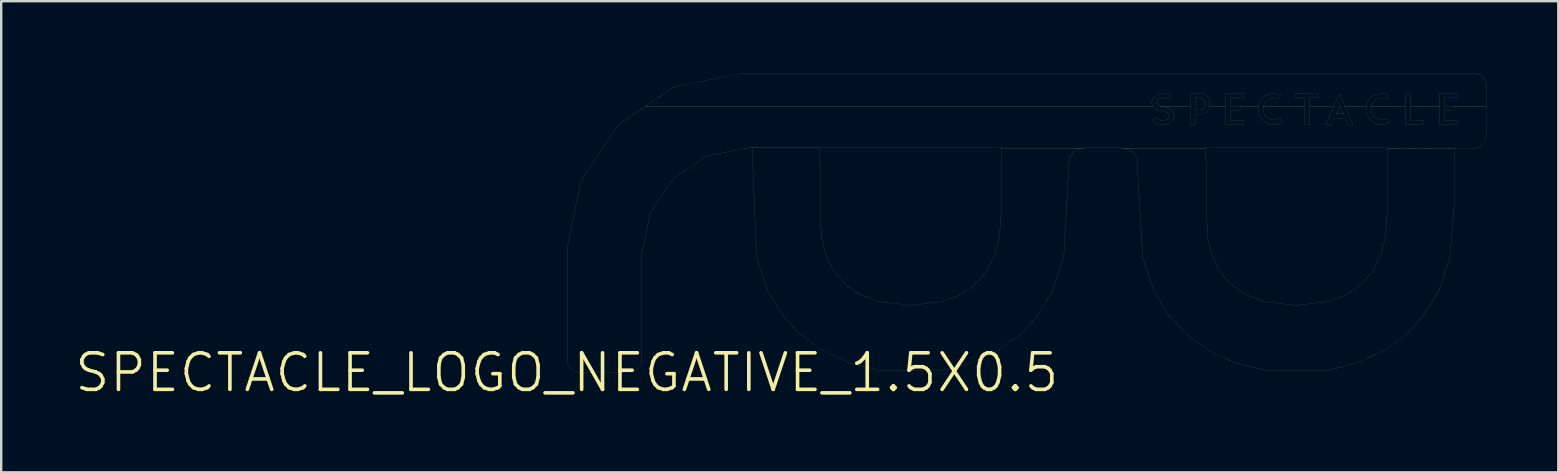
<source format=kicad_pcb>
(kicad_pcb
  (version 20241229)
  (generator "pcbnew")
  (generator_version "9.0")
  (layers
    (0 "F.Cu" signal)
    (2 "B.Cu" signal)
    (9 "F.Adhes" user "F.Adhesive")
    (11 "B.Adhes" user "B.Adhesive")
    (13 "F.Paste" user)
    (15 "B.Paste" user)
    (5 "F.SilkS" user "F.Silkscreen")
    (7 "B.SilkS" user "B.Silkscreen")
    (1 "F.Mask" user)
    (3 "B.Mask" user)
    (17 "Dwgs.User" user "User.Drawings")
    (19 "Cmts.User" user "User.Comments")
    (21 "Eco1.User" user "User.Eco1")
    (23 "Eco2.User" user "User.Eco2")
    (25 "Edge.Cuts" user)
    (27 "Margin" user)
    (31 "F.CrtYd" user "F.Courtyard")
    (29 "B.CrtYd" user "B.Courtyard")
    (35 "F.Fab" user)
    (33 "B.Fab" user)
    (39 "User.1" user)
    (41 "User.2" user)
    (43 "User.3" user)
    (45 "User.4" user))
  (footprint "SPECTACLE_LOGO_NEGATIVE_1.5X0.5"
    (layer "F.Cu")
    (at 20.574 12.48)
    (property "Reference" "SPECTACLE_LOGO_NEGATIVE_1.5X0.5" (at 0 0 0) (layer "F.SilkS") (effects (font (size 1.524 1.524) (thickness 0.15))))
    (attr exclude_from_pos_files exclude_from_bom)
    (fp_line (start 0.008 -5.169) (end 0.008 -0.528) (stroke (width 0.003) (type solid)) (layer "F.SilkS"))
    (fp_line (start 0.008 -0.528) (end 0.048 -0.328) (stroke (width 0.003) (type solid)) (layer "F.SilkS"))
    (fp_line (start 0.048 -0.328) (end 0.168 -0.168) (stroke (width 0.003) (type solid)) (layer "F.SilkS"))
    (fp_line (start 0.168 -0.168) (end 0.328 -0.048) (stroke (width 0.003) (type solid)) (layer "F.SilkS"))
    (fp_line (start 0.328 -0.048) (end 0.528 -0.008) (stroke (width 0.003) (type solid)) (layer "F.SilkS"))
    (fp_line (start 0.528 -0.008) (end 2.619 -0.008) (stroke (width 0.003) (type solid)) (layer "F.SilkS"))
    (fp_line (start 0.589 -8.009) (end 0.008 -5.169) (stroke (width 0.003) (type solid)) (layer "F.SilkS"))
    (fp_line (start 2.159 -10.338) (end 0.589 -8.009) (stroke (width 0.003) (type solid)) (layer "F.SilkS"))
    (fp_line (start 2.619 -0.008) (end 2.819 -0.048) (stroke (width 0.003) (type solid)) (layer "F.SilkS"))
    (fp_line (start 2.819 -0.048) (end 2.99 -0.168) (stroke (width 0.003) (type solid)) (layer "F.SilkS"))
    (fp_line (start 2.99 -0.168) (end 3.089 -0.328) (stroke (width 0.003) (type solid)) (layer "F.SilkS"))
    (fp_line (start 3.089 -0.328) (end 3.129 -0.528) (stroke (width 0.003) (type solid)) (layer "F.SilkS"))
    (fp_line (start 3.129 -4.968) (end 3.48 -6.678) (stroke (width 0.003) (type solid)) (layer "F.SilkS"))
    (fp_line (start 3.129 -0.528) (end 3.129 -4.968) (stroke (width 0.003) (type solid)) (layer "F.SilkS"))
    (fp_line (start 3.289 -11.11) (end 2.159 -10.338) (stroke (width 0.003) (type solid)) (layer "F.SilkS"))
    (fp_line (start 3.289 -11.11) (end 24.43 -11.11) (stroke (width 0.003) (type solid)) (layer "F.SilkS"))
    (fp_line (start 3.48 -6.678) (end 4.42 -8.08) (stroke (width 0.003) (type solid)) (layer "F.SilkS"))
    (fp_line (start 4.42 -8.08) (end 5.819 -9.02) (stroke (width 0.003) (type solid)) (layer "F.SilkS"))
    (fp_line (start 4.478 -11.908) (end 3.289 -11.11) (stroke (width 0.003) (type solid)) (layer "F.SilkS"))
    (fp_line (start 5.819 -9.02) (end 7.529 -9.368) (stroke (width 0.003) (type solid)) (layer "F.SilkS"))
    (fp_line (start 7.328 -12.479) (end 4.478 -11.908) (stroke (width 0.003) (type solid)) (layer "F.SilkS"))
    (fp_line (start 7.529 -9.368) (end 18.098 -9.368) (stroke (width 0.003) (type solid)) (layer "F.SilkS"))
    (fp_line (start 7.719 -9.368) (end 7.91 -4.808) (stroke (width 0.003) (type solid)) (layer "F.SilkS"))
    (fp_line (start 7.91 -4.808) (end 8.369 -3.409) (stroke (width 0.003) (type solid)) (layer "F.SilkS"))
    (fp_line (start 8.369 -3.409) (end 9.009 -2.37) (stroke (width 0.003) (type solid)) (layer "F.SilkS"))
    (fp_line (start 9.009 -2.37) (end 9.708 -1.618) (stroke (width 0.003) (type solid)) (layer "F.SilkS"))
    (fp_line (start 9.708 -1.618) (end 10.658 -0.919) (stroke (width 0.003) (type solid)) (layer "F.SilkS"))
    (fp_line (start 10.538 -9.368) (end 7.719 -9.368) (stroke (width 0.003) (type solid)) (layer "F.SilkS"))
    (fp_line (start 10.599 -5.669) (end 10.538 -9.368) (stroke (width 0.003) (type solid)) (layer "F.SilkS"))
    (fp_line (start 10.658 -0.919) (end 11.748 -0.409) (stroke (width 0.003) (type solid)) (layer "F.SilkS"))
    (fp_line (start 10.798 -4.889) (end 10.599 -5.669) (stroke (width 0.003) (type solid)) (layer "F.SilkS"))
    (fp_line (start 11.128 -4.229) (end 10.798 -4.889) (stroke (width 0.003) (type solid)) (layer "F.SilkS"))
    (fp_line (start 11.587 -3.678) (end 11.128 -4.229) (stroke (width 0.003) (type solid)) (layer "F.SilkS"))
    (fp_line (start 11.748 -0.409) (end 12.979 -0.109) (stroke (width 0.003) (type solid)) (layer "F.SilkS"))
    (fp_line (start 12.238 -3.239) (end 11.587 -3.678) (stroke (width 0.003) (type solid)) (layer "F.SilkS"))
    (fp_line (start 12.949 -2.969) (end 12.238 -3.239) (stroke (width 0.003) (type solid)) (layer "F.SilkS"))
    (fp_line (start 12.979 -0.109) (end 15.659 -0.109) (stroke (width 0.003) (type solid)) (layer "F.SilkS"))
    (fp_line (start 14.318 -2.799) (end 12.949 -2.969) (stroke (width 0.003) (type solid)) (layer "F.SilkS"))
    (fp_line (start 15.659 -2.969) (end 14.318 -2.799) (stroke (width 0.003) (type solid)) (layer "F.SilkS"))
    (fp_line (start 15.659 -0.109) (end 16.878 -0.409) (stroke (width 0.003) (type solid)) (layer "F.SilkS"))
    (fp_line (start 16.378 -3.239) (end 15.659 -2.969) (stroke (width 0.003) (type solid)) (layer "F.SilkS"))
    (fp_line (start 16.878 -0.409) (end 17.968 -0.919) (stroke (width 0.003) (type solid)) (layer "F.SilkS"))
    (fp_line (start 17.028 -3.678) (end 16.378 -3.239) (stroke (width 0.003) (type solid)) (layer "F.SilkS"))
    (fp_line (start 17.488 -4.229) (end 17.028 -3.678) (stroke (width 0.003) (type solid)) (layer "F.SilkS"))
    (fp_line (start 17.828 -4.889) (end 17.488 -4.229) (stroke (width 0.003) (type solid)) (layer "F.SilkS"))
    (fp_line (start 17.968 -0.919) (end 18.928 -1.618) (stroke (width 0.003) (type solid)) (layer "F.SilkS"))
    (fp_line (start 18.029 -5.669) (end 17.828 -4.889) (stroke (width 0.003) (type solid)) (layer "F.SilkS"))
    (fp_line (start 18.098 -9.368) (end 18.098 -9.36) (stroke (width 0.003) (type solid)) (layer "F.SilkS"))
    (fp_line (start 18.098 -9.36) (end 18.098 -6.579) (stroke (width 0.003) (type solid)) (layer "F.SilkS"))
    (fp_line (start 18.098 -9.36) (end 21.539 -9.36) (stroke (width 0.003) (type solid)) (layer "F.SilkS"))
    (fp_line (start 18.098 -6.579) (end 18.029 -5.669) (stroke (width 0.003) (type solid)) (layer "F.SilkS"))
    (fp_line (start 18.928 -1.618) (end 19.609 -2.37) (stroke (width 0.003) (type solid)) (layer "F.SilkS"))
    (fp_line (start 19.609 -2.37) (end 20.239 -3.409) (stroke (width 0.003) (type solid)) (layer "F.SilkS"))
    (fp_line (start 20.239 -3.409) (end 20.709 -4.808) (stroke (width 0.003) (type solid)) (layer "F.SilkS"))
    (fp_line (start 20.709 -4.808) (end 20.94 -8.948) (stroke (width 0.003) (type solid)) (layer "F.SilkS"))
    (fp_line (start 20.94 -8.948) (end 21.09 -9.169) (stroke (width 0.003) (type solid)) (layer "F.SilkS"))
    (fp_line (start 21.09 -9.169) (end 21.298 -9.309) (stroke (width 0.003) (type solid)) (layer "F.SilkS"))
    (fp_line (start 21.298 -9.309) (end 21.539 -9.36) (stroke (width 0.003) (type solid)) (layer "F.SilkS"))
    (fp_line (start 21.539 -9.36) (end 18.098 -9.36) (stroke (width 0.003) (type solid)) (layer "F.SilkS"))
    (fp_line (start 21.539 -9.36) (end 21.57 -9.368) (stroke (width 0.003) (type solid)) (layer "F.SilkS"))
    (fp_line (start 21.57 -9.368) (end 23.139 -9.368) (stroke (width 0.003) (type solid)) (layer "F.SilkS"))
    (fp_line (start 23.139 -9.368) (end 23.17 -9.36) (stroke (width 0.003) (type solid)) (layer "F.SilkS"))
    (fp_line (start 23.17 -9.36) (end 23.398 -9.309) (stroke (width 0.003) (type solid)) (layer "F.SilkS"))
    (fp_line (start 23.17 -9.36) (end 26.629 -9.36) (stroke (width 0.003) (type solid)) (layer "F.SilkS"))
    (fp_line (start 23.398 -9.309) (end 23.619 -9.169) (stroke (width 0.003) (type solid)) (layer "F.SilkS"))
    (fp_line (start 23.619 -9.169) (end 23.759 -8.948) (stroke (width 0.003) (type solid)) (layer "F.SilkS"))
    (fp_line (start 23.759 -8.948) (end 23.998 -4.808) (stroke (width 0.003) (type solid)) (layer "F.SilkS"))
    (fp_line (start 23.998 -4.808) (end 24.468 -3.409) (stroke (width 0.003) (type solid)) (layer "F.SilkS"))
    (fp_line (start 24.379 -11.288) (end 24.399 -11.349) (stroke (width 0.003) (type solid)) (layer "F.SilkS"))
    (fp_line (start 24.379 -11.239) (end 24.379 -11.288) (stroke (width 0.003) (type solid)) (layer "F.SilkS"))
    (fp_line (start 24.389 -11.189) (end 24.379 -11.239) (stroke (width 0.003) (type solid)) (layer "F.SilkS"))
    (fp_line (start 24.399 -11.349) (end 24.42 -11.4) (stroke (width 0.003) (type solid)) (layer "F.SilkS"))
    (fp_line (start 24.399 -10.498) (end 24.409 -10.518) (stroke (width 0.003) (type solid)) (layer "F.SilkS"))
    (fp_line (start 24.399 -10.488) (end 24.399 -10.498) (stroke (width 0.003) (type solid)) (layer "F.SilkS"))
    (fp_line (start 24.409 -11.128) (end 24.389 -11.189) (stroke (width 0.003) (type solid)) (layer "F.SilkS"))
    (fp_line (start 24.409 -10.518) (end 24.478 -10.61) (stroke (width 0.003) (type solid)) (layer "F.SilkS"))
    (fp_line (start 24.409 -10.477) (end 24.399 -10.488) (stroke (width 0.003) (type solid)) (layer "F.SilkS"))
    (fp_line (start 24.42 -11.4) (end 24.478 -11.488) (stroke (width 0.003) (type solid)) (layer "F.SilkS"))
    (fp_line (start 24.42 -10.46) (end 24.409 -10.477) (stroke (width 0.003) (type solid)) (layer "F.SilkS"))
    (fp_line (start 24.43 -11.11) (end 3.289 -11.11) (stroke (width 0.003) (type solid)) (layer "F.SilkS"))
    (fp_line (start 24.43 -11.11) (end 24.409 -11.128) (stroke (width 0.003) (type solid)) (layer "F.SilkS"))
    (fp_line (start 24.44 -11.09) (end 24.43 -11.11) (stroke (width 0.003) (type solid)) (layer "F.SilkS"))
    (fp_line (start 24.468 -3.409) (end 25.098 -2.37) (stroke (width 0.003) (type solid)) (layer "F.SilkS"))
    (fp_line (start 24.478 -11.488) (end 24.569 -11.56) (stroke (width 0.003) (type solid)) (layer "F.SilkS"))
    (fp_line (start 24.478 -11.039) (end 24.44 -11.09) (stroke (width 0.003) (type solid)) (layer "F.SilkS"))
    (fp_line (start 24.478 -10.61) (end 24.488 -10.62) (stroke (width 0.003) (type solid)) (layer "F.SilkS"))
    (fp_line (start 24.488 -10.62) (end 24.519 -10.62) (stroke (width 0.003) (type solid)) (layer "F.SilkS"))
    (fp_line (start 24.519 -10.62) (end 24.74 -10.518) (stroke (width 0.003) (type solid)) (layer "F.SilkS"))
    (fp_line (start 24.569 -11.56) (end 24.699 -11.618) (stroke (width 0.003) (type solid)) (layer "F.SilkS"))
    (fp_line (start 24.58 -11.278) (end 24.58 -11.229) (stroke (width 0.003) (type solid)) (layer "F.SilkS"))
    (fp_line (start 24.58 -11.229) (end 24.608 -11.179) (stroke (width 0.003) (type solid)) (layer "F.SilkS"))
    (fp_line (start 24.59 -10.958) (end 24.478 -11.039) (stroke (width 0.003) (type solid)) (layer "F.SilkS"))
    (fp_line (start 24.6 -11.328) (end 24.58 -11.278) (stroke (width 0.003) (type solid)) (layer "F.SilkS"))
    (fp_line (start 24.608 -11.179) (end 24.658 -11.128) (stroke (width 0.003) (type solid)) (layer "F.SilkS"))
    (fp_line (start 24.608 -10.368) (end 24.42 -10.46) (stroke (width 0.003) (type solid)) (layer "F.SilkS"))
    (fp_line (start 24.628 -11.369) (end 24.6 -11.328) (stroke (width 0.003) (type solid)) (layer "F.SilkS"))
    (fp_line (start 24.658 -11.128) (end 24.74 -11.11) (stroke (width 0.003) (type solid)) (layer "F.SilkS"))
    (fp_line (start 24.679 -11.41) (end 24.628 -11.369) (stroke (width 0.003) (type solid)) (layer "F.SilkS"))
    (fp_line (start 24.699 -11.618) (end 24.859 -11.628) (stroke (width 0.003) (type solid)) (layer "F.SilkS"))
    (fp_line (start 24.719 -11.43) (end 24.679 -11.41) (stroke (width 0.003) (type solid)) (layer "F.SilkS"))
    (fp_line (start 24.74 -11.11) (end 25.098 -11.019) (stroke (width 0.003) (type solid)) (layer "F.SilkS"))
    (fp_line (start 24.74 -11.11) (end 25.979 -11.11) (stroke (width 0.003) (type solid)) (layer "F.SilkS"))
    (fp_line (start 24.74 -10.518) (end 24.859 -10.508) (stroke (width 0.003) (type solid)) (layer "F.SilkS"))
    (fp_line (start 24.798 -10.328) (end 24.608 -10.368) (stroke (width 0.003) (type solid)) (layer "F.SilkS"))
    (fp_line (start 24.828 -11.458) (end 24.719 -11.43) (stroke (width 0.003) (type solid)) (layer "F.SilkS"))
    (fp_line (start 24.839 -10.328) (end 24.798 -10.328) (stroke (width 0.003) (type solid)) (layer "F.SilkS"))
    (fp_line (start 24.859 -11.628) (end 25.029 -11.608) (stroke (width 0.003) (type solid)) (layer "F.SilkS"))
    (fp_line (start 24.859 -10.508) (end 24.92 -10.518) (stroke (width 0.003) (type solid)) (layer "F.SilkS"))
    (fp_line (start 24.92 -10.518) (end 24.968 -10.538) (stroke (width 0.003) (type solid)) (layer "F.SilkS"))
    (fp_line (start 24.938 -11.448) (end 24.828 -11.458) (stroke (width 0.003) (type solid)) (layer "F.SilkS"))
    (fp_line (start 24.968 -10.538) (end 25.019 -10.559) (stroke (width 0.003) (type solid)) (layer "F.SilkS"))
    (fp_line (start 24.989 -10.338) (end 24.839 -10.328) (stroke (width 0.003) (type solid)) (layer "F.SilkS"))
    (fp_line (start 25.019 -10.848) (end 24.59 -10.958) (stroke (width 0.003) (type solid)) (layer "F.SilkS"))
    (fp_line (start 25.019 -10.559) (end 25.06 -10.599) (stroke (width 0.003) (type solid)) (layer "F.SilkS"))
    (fp_line (start 25.029 -11.608) (end 25.159 -11.57) (stroke (width 0.003) (type solid)) (layer "F.SilkS"))
    (fp_line (start 25.06 -10.599) (end 25.098 -10.638) (stroke (width 0.003) (type solid)) (layer "F.SilkS"))
    (fp_line (start 25.08 -10.798) (end 25.019 -10.848) (stroke (width 0.003) (type solid)) (layer "F.SilkS"))
    (fp_line (start 25.098 -11.4) (end 24.938 -11.448) (stroke (width 0.003) (type solid)) (layer "F.SilkS"))
    (fp_line (start 25.098 -11.019) (end 25.159 -10.978) (stroke (width 0.003) (type solid)) (layer "F.SilkS"))
    (fp_line (start 25.098 -10.638) (end 25.118 -10.698) (stroke (width 0.003) (type solid)) (layer "F.SilkS"))
    (fp_line (start 25.098 -2.37) (end 25.799 -1.618) (stroke (width 0.003) (type solid)) (layer "F.SilkS"))
    (fp_line (start 25.108 -10.749) (end 25.08 -10.798) (stroke (width 0.003) (type solid)) (layer "F.SilkS"))
    (fp_line (start 25.118 -11.4) (end 25.098 -11.4) (stroke (width 0.003) (type solid)) (layer "F.SilkS"))
    (fp_line (start 25.118 -10.698) (end 25.108 -10.749) (stroke (width 0.003) (type solid)) (layer "F.SilkS"))
    (fp_line (start 25.118 -10.399) (end 24.989 -10.338) (stroke (width 0.003) (type solid)) (layer "F.SilkS"))
    (fp_line (start 25.128 -11.41) (end 25.118 -11.4) (stroke (width 0.003) (type solid)) (layer "F.SilkS"))
    (fp_line (start 25.138 -11.42) (end 25.128 -11.41) (stroke (width 0.003) (type solid)) (layer "F.SilkS"))
    (fp_line (start 25.159 -11.57) (end 25.179 -11.549) (stroke (width 0.003) (type solid)) (layer "F.SilkS"))
    (fp_line (start 25.159 -10.978) (end 25.209 -10.94) (stroke (width 0.003) (type solid)) (layer "F.SilkS"))
    (fp_line (start 25.179 -11.549) (end 25.179 -11.509) (stroke (width 0.003) (type solid)) (layer "F.SilkS"))
    (fp_line (start 25.179 -11.509) (end 25.138 -11.42) (stroke (width 0.003) (type solid)) (layer "F.SilkS"))
    (fp_line (start 25.209 -10.94) (end 25.248 -10.899) (stroke (width 0.003) (type solid)) (layer "F.SilkS"))
    (fp_line (start 25.209 -10.477) (end 25.118 -10.399) (stroke (width 0.003) (type solid)) (layer "F.SilkS"))
    (fp_line (start 25.248 -10.899) (end 25.278 -10.848) (stroke (width 0.003) (type solid)) (layer "F.SilkS"))
    (fp_line (start 25.278 -10.848) (end 25.298 -10.798) (stroke (width 0.003) (type solid)) (layer "F.SilkS"))
    (fp_line (start 25.278 -10.579) (end 25.209 -10.477) (stroke (width 0.003) (type solid)) (layer "F.SilkS"))
    (fp_line (start 25.298 -10.798) (end 25.309 -10.739) (stroke (width 0.003) (type solid)) (layer "F.SilkS"))
    (fp_line (start 25.298 -10.63) (end 25.278 -10.579) (stroke (width 0.003) (type solid)) (layer "F.SilkS"))
    (fp_line (start 25.309 -10.739) (end 25.309 -10.678) (stroke (width 0.003) (type solid)) (layer "F.SilkS"))
    (fp_line (start 25.309 -10.678) (end 25.298 -10.63) (stroke (width 0.003) (type solid)) (layer "F.SilkS"))
    (fp_line (start 25.799 -1.618) (end 26.749 -0.919) (stroke (width 0.003) (type solid)) (layer "F.SilkS"))
    (fp_line (start 25.979 -11.608) (end 25.989 -11.628) (stroke (width 0.003) (type solid)) (layer "F.SilkS"))
    (fp_line (start 25.979 -11.11) (end 24.74 -11.11) (stroke (width 0.003) (type solid)) (layer "F.SilkS"))
    (fp_line (start 25.979 -11.11) (end 25.979 -11.608) (stroke (width 0.003) (type solid)) (layer "F.SilkS"))
    (fp_line (start 25.979 -10.348) (end 25.979 -11.11) (stroke (width 0.003) (type solid)) (layer "F.SilkS"))
    (fp_line (start 25.989 -11.628) (end 26.49 -11.628) (stroke (width 0.003) (type solid)) (layer "F.SilkS"))
    (fp_line (start 25.989 -10.338) (end 25.979 -10.348) (stroke (width 0.003) (type solid)) (layer "F.SilkS"))
    (fp_line (start 25.999 -10.328) (end 25.989 -10.338) (stroke (width 0.003) (type solid)) (layer "F.SilkS"))
    (fp_line (start 26.17 -10.338) (end 26.17 -10.328) (stroke (width 0.003) (type solid)) (layer "F.SilkS"))
    (fp_line (start 26.17 -10.328) (end 25.999 -10.328) (stroke (width 0.003) (type solid)) (layer "F.SilkS"))
    (fp_line (start 26.18 -10.348) (end 26.17 -10.338) (stroke (width 0.003) (type solid)) (layer "F.SilkS"))
    (fp_line (start 26.19 -11.448) (end 26.19 -10.95) (stroke (width 0.003) (type solid)) (layer "F.SilkS"))
    (fp_line (start 26.19 -10.95) (end 26.429 -10.958) (stroke (width 0.003) (type solid)) (layer "F.SilkS"))
    (fp_line (start 26.19 -10.77) (end 26.19 -10.358) (stroke (width 0.003) (type solid)) (layer "F.SilkS"))
    (fp_line (start 26.19 -10.358) (end 26.18 -10.348) (stroke (width 0.003) (type solid)) (layer "F.SilkS"))
    (fp_line (start 26.368 -11.448) (end 26.19 -11.448) (stroke (width 0.003) (type solid)) (layer "F.SilkS"))
    (fp_line (start 26.429 -11.448) (end 26.368 -11.448) (stroke (width 0.003) (type solid)) (layer "F.SilkS"))
    (fp_line (start 26.429 -10.958) (end 26.48 -10.968) (stroke (width 0.003) (type solid)) (layer "F.SilkS"))
    (fp_line (start 26.48 -11.43) (end 26.429 -11.448) (stroke (width 0.003) (type solid)) (layer "F.SilkS"))
    (fp_line (start 26.48 -10.968) (end 26.518 -10.988) (stroke (width 0.003) (type solid)) (layer "F.SilkS"))
    (fp_line (start 26.49 -11.628) (end 26.568 -11.587) (stroke (width 0.003) (type solid)) (layer "F.SilkS"))
    (fp_line (start 26.49 -10.78) (end 26.19 -10.77) (stroke (width 0.003) (type solid)) (layer "F.SilkS"))
    (fp_line (start 26.518 -11.41) (end 26.48 -11.43) (stroke (width 0.003) (type solid)) (layer "F.SilkS"))
    (fp_line (start 26.518 -10.988) (end 26.558 -11.019) (stroke (width 0.003) (type solid)) (layer "F.SilkS"))
    (fp_line (start 26.558 -11.379) (end 26.518 -11.41) (stroke (width 0.003) (type solid)) (layer "F.SilkS"))
    (fp_line (start 26.558 -11.019) (end 26.589 -11.069) (stroke (width 0.003) (type solid)) (layer "F.SilkS"))
    (fp_line (start 26.568 -11.587) (end 26.65 -11.549) (stroke (width 0.003) (type solid)) (layer "F.SilkS"))
    (fp_line (start 26.568 -10.808) (end 26.49 -10.78) (stroke (width 0.003) (type solid)) (layer "F.SilkS"))
    (fp_line (start 26.589 -11.339) (end 26.558 -11.379) (stroke (width 0.003) (type solid)) (layer "F.SilkS"))
    (fp_line (start 26.589 -11.069) (end 26.599 -11.11) (stroke (width 0.003) (type solid)) (layer "F.SilkS"))
    (fp_line (start 26.599 -11.11) (end 26.609 -11.11) (stroke (width 0.003) (type solid)) (layer "F.SilkS"))
    (fp_line (start 26.609 -11.288) (end 26.589 -11.339) (stroke (width 0.003) (type solid)) (layer "F.SilkS"))
    (fp_line (start 26.609 -11.11) (end 26.609 -11.288) (stroke (width 0.003) (type solid)) (layer "F.SilkS"))
    (fp_line (start 26.629 -9.368) (end 34.188 -9.368) (stroke (width 0.003) (type solid)) (layer "F.SilkS"))
    (fp_line (start 26.629 -9.36) (end 23.17 -9.36) (stroke (width 0.003) (type solid)) (layer "F.SilkS"))
    (fp_line (start 26.629 -9.36) (end 26.629 -9.368) (stroke (width 0.003) (type solid)) (layer "F.SilkS"))
    (fp_line (start 26.65 -11.549) (end 26.688 -11.509) (stroke (width 0.003) (type solid)) (layer "F.SilkS"))
    (fp_line (start 26.65 -10.848) (end 26.568 -10.808) (stroke (width 0.003) (type solid)) (layer "F.SilkS"))
    (fp_line (start 26.688 -11.509) (end 26.739 -11.448) (stroke (width 0.003) (type solid)) (layer "F.SilkS"))
    (fp_line (start 26.688 -10.899) (end 26.65 -10.848) (stroke (width 0.003) (type solid)) (layer "F.SilkS"))
    (fp_line (start 26.688 -5.669) (end 26.629 -9.36) (stroke (width 0.003) (type solid)) (layer "F.SilkS"))
    (fp_line (start 26.739 -11.448) (end 26.769 -11.369) (stroke (width 0.003) (type solid)) (layer "F.SilkS"))
    (fp_line (start 26.739 -10.958) (end 26.688 -10.899) (stroke (width 0.003) (type solid)) (layer "F.SilkS"))
    (fp_line (start 26.749 -0.919) (end 27.838 -0.409) (stroke (width 0.003) (type solid)) (layer "F.SilkS"))
    (fp_line (start 26.769 -11.369) (end 26.789 -11.288) (stroke (width 0.003) (type solid)) (layer "F.SilkS"))
    (fp_line (start 26.769 -11.029) (end 26.739 -10.958) (stroke (width 0.003) (type solid)) (layer "F.SilkS"))
    (fp_line (start 26.789 -11.288) (end 26.789 -11.11) (stroke (width 0.003) (type solid)) (layer "F.SilkS"))
    (fp_line (start 26.789 -11.11) (end 26.769 -11.029) (stroke (width 0.003) (type solid)) (layer "F.SilkS"))
    (fp_line (start 26.789 -11.11) (end 27.46 -11.11) (stroke (width 0.003) (type solid)) (layer "F.SilkS"))
    (fp_line (start 26.888 -4.889) (end 26.688 -5.669) (stroke (width 0.003) (type solid)) (layer "F.SilkS"))
    (fp_line (start 27.219 -4.229) (end 26.888 -4.889) (stroke (width 0.003) (type solid)) (layer "F.SilkS"))
    (fp_line (start 27.46 -11.608) (end 27.468 -11.628) (stroke (width 0.003) (type solid)) (layer "F.SilkS"))
    (fp_line (start 27.46 -11.11) (end 26.789 -11.11) (stroke (width 0.003) (type solid)) (layer "F.SilkS"))
    (fp_line (start 27.46 -11.11) (end 27.46 -11.608) (stroke (width 0.003) (type solid)) (layer "F.SilkS"))
    (fp_line (start 27.46 -10.348) (end 27.46 -11.11) (stroke (width 0.003) (type solid)) (layer "F.SilkS"))
    (fp_line (start 27.468 -11.628) (end 28.199 -11.628) (stroke (width 0.003) (type solid)) (layer "F.SilkS"))
    (fp_line (start 27.468 -10.338) (end 27.46 -10.348) (stroke (width 0.003) (type solid)) (layer "F.SilkS"))
    (fp_line (start 27.478 -10.328) (end 27.468 -10.338) (stroke (width 0.003) (type solid)) (layer "F.SilkS"))
    (fp_line (start 27.658 -11.448) (end 27.658 -11.11) (stroke (width 0.003) (type solid)) (layer "F.SilkS"))
    (fp_line (start 27.658 -11.11) (end 28.829 -11.11) (stroke (width 0.003) (type solid)) (layer "F.SilkS"))
    (fp_line (start 27.658 -10.919) (end 27.658 -10.508) (stroke (width 0.003) (type solid)) (layer "F.SilkS"))
    (fp_line (start 27.658 -10.508) (end 28.189 -10.508) (stroke (width 0.003) (type solid)) (layer "F.SilkS"))
    (fp_line (start 27.678 -3.678) (end 27.219 -4.229) (stroke (width 0.003) (type solid)) (layer "F.SilkS"))
    (fp_line (start 27.838 -0.409) (end 29.068 -0.109) (stroke (width 0.003) (type solid)) (layer "F.SilkS"))
    (fp_line (start 28.08 -11.11) (end 28.09 -11.1) (stroke (width 0.003) (type solid)) (layer "F.SilkS"))
    (fp_line (start 28.09 -11.1) (end 28.097 -11.09) (stroke (width 0.003) (type solid)) (layer "F.SilkS"))
    (fp_line (start 28.097 -11.09) (end 28.108 -11.069) (stroke (width 0.003) (type solid)) (layer "F.SilkS"))
    (fp_line (start 28.097 -10.94) (end 28.097 -10.919) (stroke (width 0.003) (type solid)) (layer "F.SilkS"))
    (fp_line (start 28.097 -10.919) (end 27.658 -10.919) (stroke (width 0.003) (type solid)) (layer "F.SilkS"))
    (fp_line (start 28.108 -11.069) (end 28.108 -10.95) (stroke (width 0.003) (type solid)) (layer "F.SilkS"))
    (fp_line (start 28.108 -10.95) (end 28.097 -10.94) (stroke (width 0.003) (type solid)) (layer "F.SilkS"))
    (fp_line (start 28.189 -11.448) (end 27.658 -11.448) (stroke (width 0.003) (type solid)) (layer "F.SilkS"))
    (fp_line (start 28.189 -10.508) (end 28.199 -10.498) (stroke (width 0.003) (type solid)) (layer "F.SilkS"))
    (fp_line (start 28.189 -10.328) (end 27.478 -10.328) (stroke (width 0.003) (type solid)) (layer "F.SilkS"))
    (fp_line (start 28.199 -11.628) (end 28.209 -11.608) (stroke (width 0.003) (type solid)) (layer "F.SilkS"))
    (fp_line (start 28.199 -11.458) (end 28.189 -11.448) (stroke (width 0.003) (type solid)) (layer "F.SilkS"))
    (fp_line (start 28.199 -10.498) (end 28.209 -10.488) (stroke (width 0.003) (type solid)) (layer "F.SilkS"))
    (fp_line (start 28.199 -10.338) (end 28.189 -10.328) (stroke (width 0.003) (type solid)) (layer "F.SilkS"))
    (fp_line (start 28.209 -11.608) (end 28.209 -11.468) (stroke (width 0.003) (type solid)) (layer "F.SilkS"))
    (fp_line (start 28.209 -11.468) (end 28.199 -11.458) (stroke (width 0.003) (type solid)) (layer "F.SilkS"))
    (fp_line (start 28.209 -10.488) (end 28.209 -10.348) (stroke (width 0.003) (type solid)) (layer "F.SilkS"))
    (fp_line (start 28.209 -10.348) (end 28.199 -10.338) (stroke (width 0.003) (type solid)) (layer "F.SilkS"))
    (fp_line (start 28.329 -3.239) (end 27.678 -3.678) (stroke (width 0.003) (type solid)) (layer "F.SilkS"))
    (fp_line (start 28.809 -10.978) (end 28.819 -11.11) (stroke (width 0.003) (type solid)) (layer "F.SilkS"))
    (fp_line (start 28.819 -11.11) (end 28.08 -11.11) (stroke (width 0.003) (type solid)) (layer "F.SilkS"))
    (fp_line (start 28.829 -11.11) (end 28.859 -11.239) (stroke (width 0.003) (type solid)) (layer "F.SilkS"))
    (fp_line (start 28.829 -10.848) (end 28.809 -10.978) (stroke (width 0.003) (type solid)) (layer "F.SilkS"))
    (fp_line (start 28.859 -11.239) (end 28.918 -11.349) (stroke (width 0.003) (type solid)) (layer "F.SilkS"))
    (fp_line (start 28.859 -10.719) (end 28.829 -10.848) (stroke (width 0.003) (type solid)) (layer "F.SilkS"))
    (fp_line (start 28.918 -11.349) (end 28.999 -11.448) (stroke (width 0.003) (type solid)) (layer "F.SilkS"))
    (fp_line (start 28.918 -10.62) (end 28.859 -10.719) (stroke (width 0.003) (type solid)) (layer "F.SilkS"))
    (fp_line (start 28.999 -11.448) (end 29.098 -11.529) (stroke (width 0.003) (type solid)) (layer "F.SilkS"))
    (fp_line (start 28.999 -10.518) (end 28.918 -10.62) (stroke (width 0.003) (type solid)) (layer "F.SilkS"))
    (fp_line (start 29.009 -10.978) (end 29.03 -10.858) (stroke (width 0.003) (type solid)) (layer "F.SilkS"))
    (fp_line (start 29.03 -11.11) (end 29.03 -11.069) (stroke (width 0.003) (type solid)) (layer "F.SilkS"))
    (fp_line (start 29.03 -11.11) (end 30.739 -11.11) (stroke (width 0.003) (type solid)) (layer "F.SilkS"))
    (fp_line (start 29.03 -11.069) (end 29.009 -10.978) (stroke (width 0.003) (type solid)) (layer "F.SilkS"))
    (fp_line (start 29.03 -10.858) (end 29.068 -10.759) (stroke (width 0.003) (type solid)) (layer "F.SilkS"))
    (fp_line (start 29.05 -11.148) (end 29.03 -11.11) (stroke (width 0.003) (type solid)) (layer "F.SilkS"))
    (fp_line (start 29.05 -2.969) (end 28.329 -3.239) (stroke (width 0.003) (type solid)) (layer "F.SilkS"))
    (fp_line (start 29.068 -10.759) (end 29.149 -10.658) (stroke (width 0.003) (type solid)) (layer "F.SilkS"))
    (fp_line (start 29.068 -0.109) (end 31.75 -0.109) (stroke (width 0.003) (type solid)) (layer "F.SilkS"))
    (fp_line (start 29.088 -11.229) (end 29.05 -11.148) (stroke (width 0.003) (type solid)) (layer "F.SilkS"))
    (fp_line (start 29.098 -11.529) (end 29.21 -11.587) (stroke (width 0.003) (type solid)) (layer "F.SilkS"))
    (fp_line (start 29.098 -10.439) (end 28.999 -10.518) (stroke (width 0.003) (type solid)) (layer "F.SilkS"))
    (fp_line (start 29.149 -11.298) (end 29.088 -11.229) (stroke (width 0.003) (type solid)) (layer "F.SilkS"))
    (fp_line (start 29.149 -10.658) (end 29.248 -10.589) (stroke (width 0.003) (type solid)) (layer "F.SilkS"))
    (fp_line (start 29.21 -11.587) (end 29.329 -11.618) (stroke (width 0.003) (type solid)) (layer "F.SilkS"))
    (fp_line (start 29.21 -11.349) (end 29.149 -11.298) (stroke (width 0.003) (type solid)) (layer "F.SilkS"))
    (fp_line (start 29.21 -10.378) (end 29.098 -10.439) (stroke (width 0.003) (type solid)) (layer "F.SilkS"))
    (fp_line (start 29.248 -10.589) (end 29.319 -10.549) (stroke (width 0.003) (type solid)) (layer "F.SilkS"))
    (fp_line (start 29.289 -11.4) (end 29.21 -11.349) (stroke (width 0.003) (type solid)) (layer "F.SilkS"))
    (fp_line (start 29.319 -10.549) (end 29.408 -10.538) (stroke (width 0.003) (type solid)) (layer "F.SilkS"))
    (fp_line (start 29.329 -11.618) (end 29.469 -11.628) (stroke (width 0.003) (type solid)) (layer "F.SilkS"))
    (fp_line (start 29.329 -10.338) (end 29.21 -10.378) (stroke (width 0.003) (type solid)) (layer "F.SilkS"))
    (fp_line (start 29.367 -11.42) (end 29.289 -11.4) (stroke (width 0.003) (type solid)) (layer "F.SilkS"))
    (fp_line (start 29.408 -10.538) (end 29.538 -10.538) (stroke (width 0.003) (type solid)) (layer "F.SilkS"))
    (fp_line (start 29.469 -11.628) (end 29.588 -11.628) (stroke (width 0.003) (type solid)) (layer "F.SilkS"))
    (fp_line (start 29.469 -10.328) (end 29.329 -10.338) (stroke (width 0.003) (type solid)) (layer "F.SilkS"))
    (fp_line (start 29.51 -11.43) (end 29.367 -11.42) (stroke (width 0.003) (type solid)) (layer "F.SilkS"))
    (fp_line (start 29.538 -10.538) (end 29.688 -10.589) (stroke (width 0.003) (type solid)) (layer "F.SilkS"))
    (fp_line (start 29.588 -11.628) (end 29.708 -11.587) (stroke (width 0.003) (type solid)) (layer "F.SilkS"))
    (fp_line (start 29.609 -10.338) (end 29.469 -10.328) (stroke (width 0.003) (type solid)) (layer "F.SilkS"))
    (fp_line (start 29.639 -11.4) (end 29.51 -11.43) (stroke (width 0.003) (type solid)) (layer "F.SilkS"))
    (fp_line (start 29.649 -11.4) (end 29.639 -11.4) (stroke (width 0.003) (type solid)) (layer "F.SilkS"))
    (fp_line (start 29.67 -11.41) (end 29.649 -11.4) (stroke (width 0.003) (type solid)) (layer "F.SilkS"))
    (fp_line (start 29.688 -10.589) (end 29.708 -10.599) (stroke (width 0.003) (type solid)) (layer "F.SilkS"))
    (fp_line (start 29.708 -11.587) (end 29.728 -11.58) (stroke (width 0.003) (type solid)) (layer "F.SilkS"))
    (fp_line (start 29.708 -10.599) (end 29.83 -10.439) (stroke (width 0.003) (type solid)) (layer "F.SilkS"))
    (fp_line (start 29.728 -11.58) (end 29.728 -11.539) (stroke (width 0.003) (type solid)) (layer "F.SilkS"))
    (fp_line (start 29.728 -11.539) (end 29.67 -11.41) (stroke (width 0.003) (type solid)) (layer "F.SilkS"))
    (fp_line (start 29.83 -10.439) (end 29.609 -10.338) (stroke (width 0.003) (type solid)) (layer "F.SilkS"))
    (fp_line (start 30.378 -11.608) (end 30.389 -11.628) (stroke (width 0.003) (type solid)) (layer "F.SilkS"))
    (fp_line (start 30.378 -11.468) (end 30.378 -11.608) (stroke (width 0.003) (type solid)) (layer "F.SilkS"))
    (fp_line (start 30.389 -11.628) (end 31.298 -11.628) (stroke (width 0.003) (type solid)) (layer "F.SilkS"))
    (fp_line (start 30.389 -11.458) (end 30.378 -11.468) (stroke (width 0.003) (type solid)) (layer "F.SilkS"))
    (fp_line (start 30.399 -11.448) (end 30.389 -11.458) (stroke (width 0.003) (type solid)) (layer "F.SilkS"))
    (fp_line (start 30.409 -2.799) (end 29.05 -2.969) (stroke (width 0.003) (type solid)) (layer "F.SilkS"))
    (fp_line (start 30.739 -11.448) (end 30.399 -11.448) (stroke (width 0.003) (type solid)) (layer "F.SilkS"))
    (fp_line (start 30.739 -11.11) (end 29.03 -11.11) (stroke (width 0.003) (type solid)) (layer "F.SilkS"))
    (fp_line (start 30.739 -11.11) (end 30.739 -11.448) (stroke (width 0.003) (type solid)) (layer "F.SilkS"))
    (fp_line (start 30.739 -10.348) (end 30.739 -11.11) (stroke (width 0.003) (type solid)) (layer "F.SilkS"))
    (fp_line (start 30.749 -10.338) (end 30.739 -10.348) (stroke (width 0.003) (type solid)) (layer "F.SilkS"))
    (fp_line (start 30.759 -10.328) (end 30.749 -10.338) (stroke (width 0.003) (type solid)) (layer "F.SilkS"))
    (fp_line (start 30.93 -10.328) (end 30.759 -10.328) (stroke (width 0.003) (type solid)) (layer "F.SilkS"))
    (fp_line (start 30.94 -10.348) (end 30.94 -10.338) (stroke (width 0.003) (type solid)) (layer "F.SilkS"))
    (fp_line (start 30.94 -10.338) (end 30.93 -10.328) (stroke (width 0.003) (type solid)) (layer "F.SilkS"))
    (fp_line (start 30.95 -11.448) (end 30.95 -11.11) (stroke (width 0.003) (type solid)) (layer "F.SilkS"))
    (fp_line (start 30.95 -11.11) (end 30.95 -10.358) (stroke (width 0.003) (type solid)) (layer "F.SilkS"))
    (fp_line (start 30.95 -11.11) (end 31.968 -11.11) (stroke (width 0.003) (type solid)) (layer "F.SilkS"))
    (fp_line (start 30.95 -10.358) (end 30.94 -10.348) (stroke (width 0.003) (type solid)) (layer "F.SilkS"))
    (fp_line (start 31.278 -11.448) (end 30.95 -11.448) (stroke (width 0.003) (type solid)) (layer "F.SilkS"))
    (fp_line (start 31.298 -11.628) (end 31.298 -11.458) (stroke (width 0.003) (type solid)) (layer "F.SilkS"))
    (fp_line (start 31.298 -11.458) (end 31.278 -11.448) (stroke (width 0.003) (type solid)) (layer "F.SilkS"))
    (fp_line (start 31.648 -10.378) (end 31.968 -11.11) (stroke (width 0.003) (type solid)) (layer "F.SilkS"))
    (fp_line (start 31.648 -10.358) (end 31.648 -10.378) (stroke (width 0.003) (type solid)) (layer "F.SilkS"))
    (fp_line (start 31.659 -10.338) (end 31.648 -10.358) (stroke (width 0.003) (type solid)) (layer "F.SilkS"))
    (fp_line (start 31.669 -10.328) (end 31.659 -10.338) (stroke (width 0.003) (type solid)) (layer "F.SilkS"))
    (fp_line (start 31.75 -2.969) (end 30.409 -2.799) (stroke (width 0.003) (type solid)) (layer "F.SilkS"))
    (fp_line (start 31.75 -0.109) (end 32.969 -0.409) (stroke (width 0.003) (type solid)) (layer "F.SilkS"))
    (fp_line (start 31.849 -10.328) (end 31.669 -10.328) (stroke (width 0.003) (type solid)) (layer "F.SilkS"))
    (fp_line (start 31.859 -10.338) (end 31.849 -10.328) (stroke (width 0.003) (type solid)) (layer "F.SilkS"))
    (fp_line (start 31.968 -11.11) (end 30.95 -11.11) (stroke (width 0.003) (type solid)) (layer "F.SilkS"))
    (fp_line (start 31.968 -11.11) (end 32.169 -11.57) (stroke (width 0.003) (type solid)) (layer "F.SilkS"))
    (fp_line (start 31.979 -10.599) (end 31.859 -10.338) (stroke (width 0.003) (type solid)) (layer "F.SilkS"))
    (fp_line (start 32.06 -10.79) (end 32.349 -10.79) (stroke (width 0.003) (type solid)) (layer "F.SilkS"))
    (fp_line (start 32.169 -11.57) (end 32.189 -11.58) (stroke (width 0.003) (type solid)) (layer "F.SilkS"))
    (fp_line (start 32.189 -11.58) (end 32.2 -11.587) (stroke (width 0.003) (type solid)) (layer "F.SilkS"))
    (fp_line (start 32.189 -11.11) (end 32.21 -11.11) (stroke (width 0.003) (type solid)) (layer "F.SilkS"))
    (fp_line (start 32.189 -11.1) (end 32.06 -10.79) (stroke (width 0.003) (type solid)) (layer "F.SilkS"))
    (fp_line (start 32.2 -11.587) (end 32.22 -11.58) (stroke (width 0.003) (type solid)) (layer "F.SilkS"))
    (fp_line (start 32.2 -11.128) (end 32.189 -11.11) (stroke (width 0.003) (type solid)) (layer "F.SilkS"))
    (fp_line (start 32.21 -11.11) (end 32.2 -11.128) (stroke (width 0.003) (type solid)) (layer "F.SilkS"))
    (fp_line (start 32.21 -11.1) (end 32.189 -11.1) (stroke (width 0.003) (type solid)) (layer "F.SilkS"))
    (fp_line (start 32.22 -11.58) (end 32.228 -11.57) (stroke (width 0.003) (type solid)) (layer "F.SilkS"))
    (fp_line (start 32.228 -11.57) (end 32.428 -11.11) (stroke (width 0.003) (type solid)) (layer "F.SilkS"))
    (fp_line (start 32.349 -10.79) (end 32.21 -11.1) (stroke (width 0.003) (type solid)) (layer "F.SilkS"))
    (fp_line (start 32.428 -11.11) (end 32.748 -10.378) (stroke (width 0.003) (type solid)) (layer "F.SilkS"))
    (fp_line (start 32.428 -11.11) (end 33.32 -11.11) (stroke (width 0.003) (type solid)) (layer "F.SilkS"))
    (fp_line (start 32.428 -10.599) (end 31.979 -10.599) (stroke (width 0.003) (type solid)) (layer "F.SilkS"))
    (fp_line (start 32.469 -3.239) (end 31.75 -2.969) (stroke (width 0.003) (type solid)) (layer "F.SilkS"))
    (fp_line (start 32.54 -10.338) (end 32.428 -10.599) (stroke (width 0.003) (type solid)) (layer "F.SilkS"))
    (fp_line (start 32.548 -10.328) (end 32.54 -10.338) (stroke (width 0.003) (type solid)) (layer "F.SilkS"))
    (fp_line (start 32.728 -10.328) (end 32.548 -10.328) (stroke (width 0.003) (type solid)) (layer "F.SilkS"))
    (fp_line (start 32.748 -10.378) (end 32.748 -10.338) (stroke (width 0.003) (type solid)) (layer "F.SilkS"))
    (fp_line (start 32.748 -10.338) (end 32.728 -10.328) (stroke (width 0.003) (type solid)) (layer "F.SilkS"))
    (fp_line (start 32.969 -0.409) (end 34.059 -0.919) (stroke (width 0.003) (type solid)) (layer "F.SilkS"))
    (fp_line (start 33.119 -3.678) (end 32.469 -3.239) (stroke (width 0.003) (type solid)) (layer "F.SilkS"))
    (fp_line (start 33.31 -10.978) (end 33.32 -11.11) (stroke (width 0.003) (type solid)) (layer "F.SilkS"))
    (fp_line (start 33.32 -11.11) (end 32.428 -11.11) (stroke (width 0.003) (type solid)) (layer "F.SilkS"))
    (fp_line (start 33.32 -11.11) (end 33.358 -11.239) (stroke (width 0.003) (type solid)) (layer "F.SilkS"))
    (fp_line (start 33.32 -10.848) (end 33.31 -10.978) (stroke (width 0.003) (type solid)) (layer "F.SilkS"))
    (fp_line (start 33.358 -11.239) (end 33.419 -11.349) (stroke (width 0.003) (type solid)) (layer "F.SilkS"))
    (fp_line (start 33.358 -10.719) (end 33.32 -10.848) (stroke (width 0.003) (type solid)) (layer "F.SilkS"))
    (fp_line (start 33.419 -11.349) (end 33.498 -11.448) (stroke (width 0.003) (type solid)) (layer "F.SilkS"))
    (fp_line (start 33.419 -10.62) (end 33.358 -10.719) (stroke (width 0.003) (type solid)) (layer "F.SilkS"))
    (fp_line (start 33.498 -11.448) (end 33.599 -11.529) (stroke (width 0.003) (type solid)) (layer "F.SilkS"))
    (fp_line (start 33.498 -10.518) (end 33.419 -10.62) (stroke (width 0.003) (type solid)) (layer "F.SilkS"))
    (fp_line (start 33.508 -10.978) (end 33.528 -10.858) (stroke (width 0.003) (type solid)) (layer "F.SilkS"))
    (fp_line (start 33.518 -11.069) (end 33.508 -10.978) (stroke (width 0.003) (type solid)) (layer "F.SilkS"))
    (fp_line (start 33.528 -11.11) (end 33.518 -11.069) (stroke (width 0.003) (type solid)) (layer "F.SilkS"))
    (fp_line (start 33.528 -11.11) (end 34.948 -11.11) (stroke (width 0.003) (type solid)) (layer "F.SilkS"))
    (fp_line (start 33.528 -10.858) (end 33.569 -10.759) (stroke (width 0.003) (type solid)) (layer "F.SilkS"))
    (fp_line (start 33.538 -11.148) (end 33.528 -11.11) (stroke (width 0.003) (type solid)) (layer "F.SilkS"))
    (fp_line (start 33.569 -10.759) (end 33.64 -10.658) (stroke (width 0.003) (type solid)) (layer "F.SilkS"))
    (fp_line (start 33.579 -4.229) (end 33.119 -3.678) (stroke (width 0.003) (type solid)) (layer "F.SilkS"))
    (fp_line (start 33.589 -11.229) (end 33.538 -11.148) (stroke (width 0.003) (type solid)) (layer "F.SilkS"))
    (fp_line (start 33.599 -11.529) (end 33.708 -11.587) (stroke (width 0.003) (type solid)) (layer "F.SilkS"))
    (fp_line (start 33.599 -10.439) (end 33.498 -10.518) (stroke (width 0.003) (type solid)) (layer "F.SilkS"))
    (fp_line (start 33.64 -11.298) (end 33.589 -11.229) (stroke (width 0.003) (type solid)) (layer "F.SilkS"))
    (fp_line (start 33.64 -10.658) (end 33.739 -10.589) (stroke (width 0.003) (type solid)) (layer "F.SilkS"))
    (fp_line (start 33.708 -11.587) (end 33.828 -11.618) (stroke (width 0.003) (type solid)) (layer "F.SilkS"))
    (fp_line (start 33.708 -11.349) (end 33.64 -11.298) (stroke (width 0.003) (type solid)) (layer "F.SilkS"))
    (fp_line (start 33.708 -10.378) (end 33.599 -10.439) (stroke (width 0.003) (type solid)) (layer "F.SilkS"))
    (fp_line (start 33.739 -10.589) (end 33.818 -10.549) (stroke (width 0.003) (type solid)) (layer "F.SilkS"))
    (fp_line (start 33.79 -11.4) (end 33.708 -11.349) (stroke (width 0.003) (type solid)) (layer "F.SilkS"))
    (fp_line (start 33.818 -10.549) (end 33.899 -10.538) (stroke (width 0.003) (type solid)) (layer "F.SilkS"))
    (fp_line (start 33.828 -11.618) (end 33.96 -11.628) (stroke (width 0.003) (type solid)) (layer "F.SilkS"))
    (fp_line (start 33.828 -10.338) (end 33.708 -10.378) (stroke (width 0.003) (type solid)) (layer "F.SilkS"))
    (fp_line (start 33.868 -11.42) (end 33.79 -11.4) (stroke (width 0.003) (type solid)) (layer "F.SilkS"))
    (fp_line (start 33.899 -10.538) (end 34.039 -10.538) (stroke (width 0.003) (type solid)) (layer "F.SilkS"))
    (fp_line (start 33.919 -4.889) (end 33.579 -4.229) (stroke (width 0.003) (type solid)) (layer "F.SilkS"))
    (fp_line (start 33.96 -11.628) (end 34.089 -11.628) (stroke (width 0.003) (type solid)) (layer "F.SilkS"))
    (fp_line (start 33.96 -10.328) (end 33.828 -10.338) (stroke (width 0.003) (type solid)) (layer "F.SilkS"))
    (fp_line (start 33.998 -11.43) (end 33.868 -11.42) (stroke (width 0.003) (type solid)) (layer "F.SilkS"))
    (fp_line (start 34.039 -10.538) (end 34.178 -10.589) (stroke (width 0.003) (type solid)) (layer "F.SilkS"))
    (fp_line (start 34.059 -0.919) (end 35.019 -1.618) (stroke (width 0.003) (type solid)) (layer "F.SilkS"))
    (fp_line (start 34.089 -11.628) (end 34.209 -11.587) (stroke (width 0.003) (type solid)) (layer "F.SilkS"))
    (fp_line (start 34.11 -10.338) (end 33.96 -10.328) (stroke (width 0.003) (type solid)) (layer "F.SilkS"))
    (fp_line (start 34.12 -5.669) (end 33.919 -4.889) (stroke (width 0.003) (type solid)) (layer "F.SilkS"))
    (fp_line (start 34.138 -11.4) (end 33.998 -11.43) (stroke (width 0.003) (type solid)) (layer "F.SilkS"))
    (fp_line (start 34.148 -11.4) (end 34.138 -11.4) (stroke (width 0.003) (type solid)) (layer "F.SilkS"))
    (fp_line (start 34.158 -11.41) (end 34.148 -11.4) (stroke (width 0.003) (type solid)) (layer "F.SilkS"))
    (fp_line (start 34.168 -11.41) (end 34.158 -11.41) (stroke (width 0.003) (type solid)) (layer "F.SilkS"))
    (fp_line (start 34.178 -10.589) (end 34.209 -10.599) (stroke (width 0.003) (type solid)) (layer "F.SilkS"))
    (fp_line (start 34.188 -9.368) (end 34.188 -9.36) (stroke (width 0.003) (type solid)) (layer "F.SilkS"))
    (fp_line (start 34.188 -9.36) (end 34.188 -6.579) (stroke (width 0.003) (type solid)) (layer "F.SilkS"))
    (fp_line (start 34.188 -9.36) (end 36.98 -9.35) (stroke (width 0.003) (type solid)) (layer "F.SilkS"))
    (fp_line (start 34.188 -6.579) (end 34.12 -5.669) (stroke (width 0.003) (type solid)) (layer "F.SilkS"))
    (fp_line (start 34.209 -11.587) (end 34.219 -11.58) (stroke (width 0.003) (type solid)) (layer "F.SilkS"))
    (fp_line (start 34.209 -10.599) (end 34.318 -10.439) (stroke (width 0.003) (type solid)) (layer "F.SilkS"))
    (fp_line (start 34.219 -11.58) (end 34.229 -11.57) (stroke (width 0.003) (type solid)) (layer "F.SilkS"))
    (fp_line (start 34.229 -11.57) (end 34.229 -11.539) (stroke (width 0.003) (type solid)) (layer "F.SilkS"))
    (fp_line (start 34.229 -11.539) (end 34.168 -11.41) (stroke (width 0.003) (type solid)) (layer "F.SilkS"))
    (fp_line (start 34.249 -10.399) (end 34.11 -10.338) (stroke (width 0.003) (type solid)) (layer "F.SilkS"))
    (fp_line (start 34.318 -10.439) (end 34.249 -10.399) (stroke (width 0.003) (type solid)) (layer "F.SilkS"))
    (fp_line (start 34.948 -11.608) (end 34.958 -11.628) (stroke (width 0.003) (type solid)) (layer "F.SilkS"))
    (fp_line (start 34.948 -11.11) (end 33.528 -11.11) (stroke (width 0.003) (type solid)) (layer "F.SilkS"))
    (fp_line (start 34.948 -11.11) (end 34.948 -11.608) (stroke (width 0.003) (type solid)) (layer "F.SilkS"))
    (fp_line (start 34.948 -10.328) (end 34.948 -11.11) (stroke (width 0.003) (type solid)) (layer "F.SilkS"))
    (fp_line (start 34.958 -11.628) (end 35.149 -11.628) (stroke (width 0.003) (type solid)) (layer "F.SilkS"))
    (fp_line (start 35.019 -1.618) (end 35.7 -2.37) (stroke (width 0.003) (type solid)) (layer "F.SilkS"))
    (fp_line (start 35.149 -11.628) (end 35.149 -11.11) (stroke (width 0.003) (type solid)) (layer "F.SilkS"))
    (fp_line (start 35.149 -11.11) (end 35.149 -10.508) (stroke (width 0.003) (type solid)) (layer "F.SilkS"))
    (fp_line (start 35.149 -11.11) (end 36.358 -11.11) (stroke (width 0.003) (type solid)) (layer "F.SilkS"))
    (fp_line (start 35.149 -10.508) (end 35.679 -10.508) (stroke (width 0.003) (type solid)) (layer "F.SilkS"))
    (fp_line (start 35.679 -10.508) (end 35.69 -10.498) (stroke (width 0.003) (type solid)) (layer "F.SilkS"))
    (fp_line (start 35.679 -10.328) (end 34.948 -10.328) (stroke (width 0.003) (type solid)) (layer "F.SilkS"))
    (fp_line (start 35.69 -10.498) (end 35.7 -10.488) (stroke (width 0.003) (type solid)) (layer "F.SilkS"))
    (fp_line (start 35.69 -10.338) (end 35.679 -10.328) (stroke (width 0.003) (type solid)) (layer "F.SilkS"))
    (fp_line (start 35.7 -10.488) (end 35.7 -10.348) (stroke (width 0.003) (type solid)) (layer "F.SilkS"))
    (fp_line (start 35.7 -10.348) (end 35.69 -10.338) (stroke (width 0.003) (type solid)) (layer "F.SilkS"))
    (fp_line (start 35.7 -2.37) (end 36.34 -3.409) (stroke (width 0.003) (type solid)) (layer "F.SilkS"))
    (fp_line (start 36.34 -3.409) (end 36.8 -4.808) (stroke (width 0.003) (type solid)) (layer "F.SilkS"))
    (fp_line (start 36.358 -11.628) (end 37.099 -11.628) (stroke (width 0.003) (type solid)) (layer "F.SilkS"))
    (fp_line (start 36.358 -11.11) (end 35.149 -11.11) (stroke (width 0.003) (type solid)) (layer "F.SilkS"))
    (fp_line (start 36.358 -11.11) (end 36.358 -11.628) (stroke (width 0.003) (type solid)) (layer "F.SilkS"))
    (fp_line (start 36.358 -10.338) (end 36.358 -11.11) (stroke (width 0.003) (type solid)) (layer "F.SilkS"))
    (fp_line (start 36.378 -10.328) (end 36.358 -10.338) (stroke (width 0.003) (type solid)) (layer "F.SilkS"))
    (fp_line (start 36.558 -11.448) (end 36.558 -11.11) (stroke (width 0.003) (type solid)) (layer "F.SilkS"))
    (fp_line (start 36.558 -11.11) (end 38.318 -11.11) (stroke (width 0.003) (type solid)) (layer "F.SilkS"))
    (fp_line (start 36.558 -10.919) (end 36.558 -10.508) (stroke (width 0.003) (type solid)) (layer "F.SilkS"))
    (fp_line (start 36.558 -10.508) (end 37.079 -10.508) (stroke (width 0.003) (type solid)) (layer "F.SilkS"))
    (fp_line (start 36.8 -4.808) (end 36.98 -6.939) (stroke (width 0.003) (type solid)) (layer "F.SilkS"))
    (fp_line (start 36.97 -11.11) (end 36.98 -11.1) (stroke (width 0.003) (type solid)) (layer "F.SilkS"))
    (fp_line (start 36.98 -11.1) (end 36.987 -11.09) (stroke (width 0.003) (type solid)) (layer "F.SilkS"))
    (fp_line (start 36.98 -9.35) (end 34.188 -9.36) (stroke (width 0.003) (type solid)) (layer "F.SilkS"))
    (fp_line (start 36.98 -9.35) (end 37.808 -9.35) (stroke (width 0.003) (type solid)) (layer "F.SilkS"))
    (fp_line (start 36.98 -6.939) (end 36.98 -9.35) (stroke (width 0.003) (type solid)) (layer "F.SilkS"))
    (fp_line (start 36.987 -11.09) (end 36.998 -11.09) (stroke (width 0.003) (type solid)) (layer "F.SilkS"))
    (fp_line (start 36.987 -10.919) (end 36.558 -10.919) (stroke (width 0.003) (type solid)) (layer "F.SilkS"))
    (fp_line (start 36.998 -11.09) (end 36.998 -10.94) (stroke (width 0.003) (type solid)) (layer "F.SilkS"))
    (fp_line (start 36.998 -10.94) (end 36.987 -10.919) (stroke (width 0.003) (type solid)) (layer "F.SilkS"))
    (fp_line (start 37.079 -11.448) (end 36.558 -11.448) (stroke (width 0.003) (type solid)) (layer "F.SilkS"))
    (fp_line (start 37.079 -10.508) (end 37.099 -10.498) (stroke (width 0.003) (type solid)) (layer "F.SilkS"))
    (fp_line (start 37.079 -10.328) (end 36.378 -10.328) (stroke (width 0.003) (type solid)) (layer "F.SilkS"))
    (fp_line (start 37.099 -11.628) (end 37.099 -11.458) (stroke (width 0.003) (type solid)) (layer "F.SilkS"))
    (fp_line (start 37.099 -11.458) (end 37.079 -11.448) (stroke (width 0.003) (type solid)) (layer "F.SilkS"))
    (fp_line (start 37.099 -10.498) (end 37.099 -10.338) (stroke (width 0.003) (type solid)) (layer "F.SilkS"))
    (fp_line (start 37.099 -10.338) (end 37.079 -10.328) (stroke (width 0.003) (type solid)) (layer "F.SilkS"))
    (fp_line (start 37.808 -12.479) (end 7.328 -12.479) (stroke (width 0.003) (type solid)) (layer "F.SilkS"))
    (fp_line (start 37.808 -9.35) (end 38.009 -9.388) (stroke (width 0.003) (type solid)) (layer "F.SilkS"))
    (fp_line (start 38.009 -12.438) (end 37.808 -12.479) (stroke (width 0.003) (type solid)) (layer "F.SilkS"))
    (fp_line (start 38.009 -9.388) (end 38.169 -9.51) (stroke (width 0.003) (type solid)) (layer "F.SilkS"))
    (fp_line (start 38.169 -12.329) (end 38.009 -12.438) (stroke (width 0.003) (type solid)) (layer "F.SilkS"))
    (fp_line (start 38.169 -9.51) (end 38.278 -9.68) (stroke (width 0.003) (type solid)) (layer "F.SilkS"))
    (fp_line (start 38.278 -12.169) (end 38.169 -12.329) (stroke (width 0.003) (type solid)) (layer "F.SilkS"))
    (fp_line (start 38.278 -9.68) (end 38.318 -9.878) (stroke (width 0.003) (type solid)) (layer "F.SilkS"))
    (fp_line (start 38.318 -11.968) (end 38.278 -12.169) (stroke (width 0.003) (type solid)) (layer "F.SilkS"))
    (fp_line (start 38.318 -11.11) (end 36.97 -11.11) (stroke (width 0.003) (type solid)) (layer "F.SilkS"))
    (fp_line (start 38.318 -11.11) (end 38.318 -11.968) (stroke (width 0.003) (type solid)) (layer "F.SilkS"))
    (fp_line (start 38.318 -9.878) (end 38.318 -11.11) (stroke (width 0.003) (type solid)) (layer "F.SilkS")))
  (gr_rect
    (start -3 -3)
    (end 61.894 16.635)
    (stroke (width 0.1) (type default))
    (fill no)
    (layer "Edge.Cuts")))
</source>
